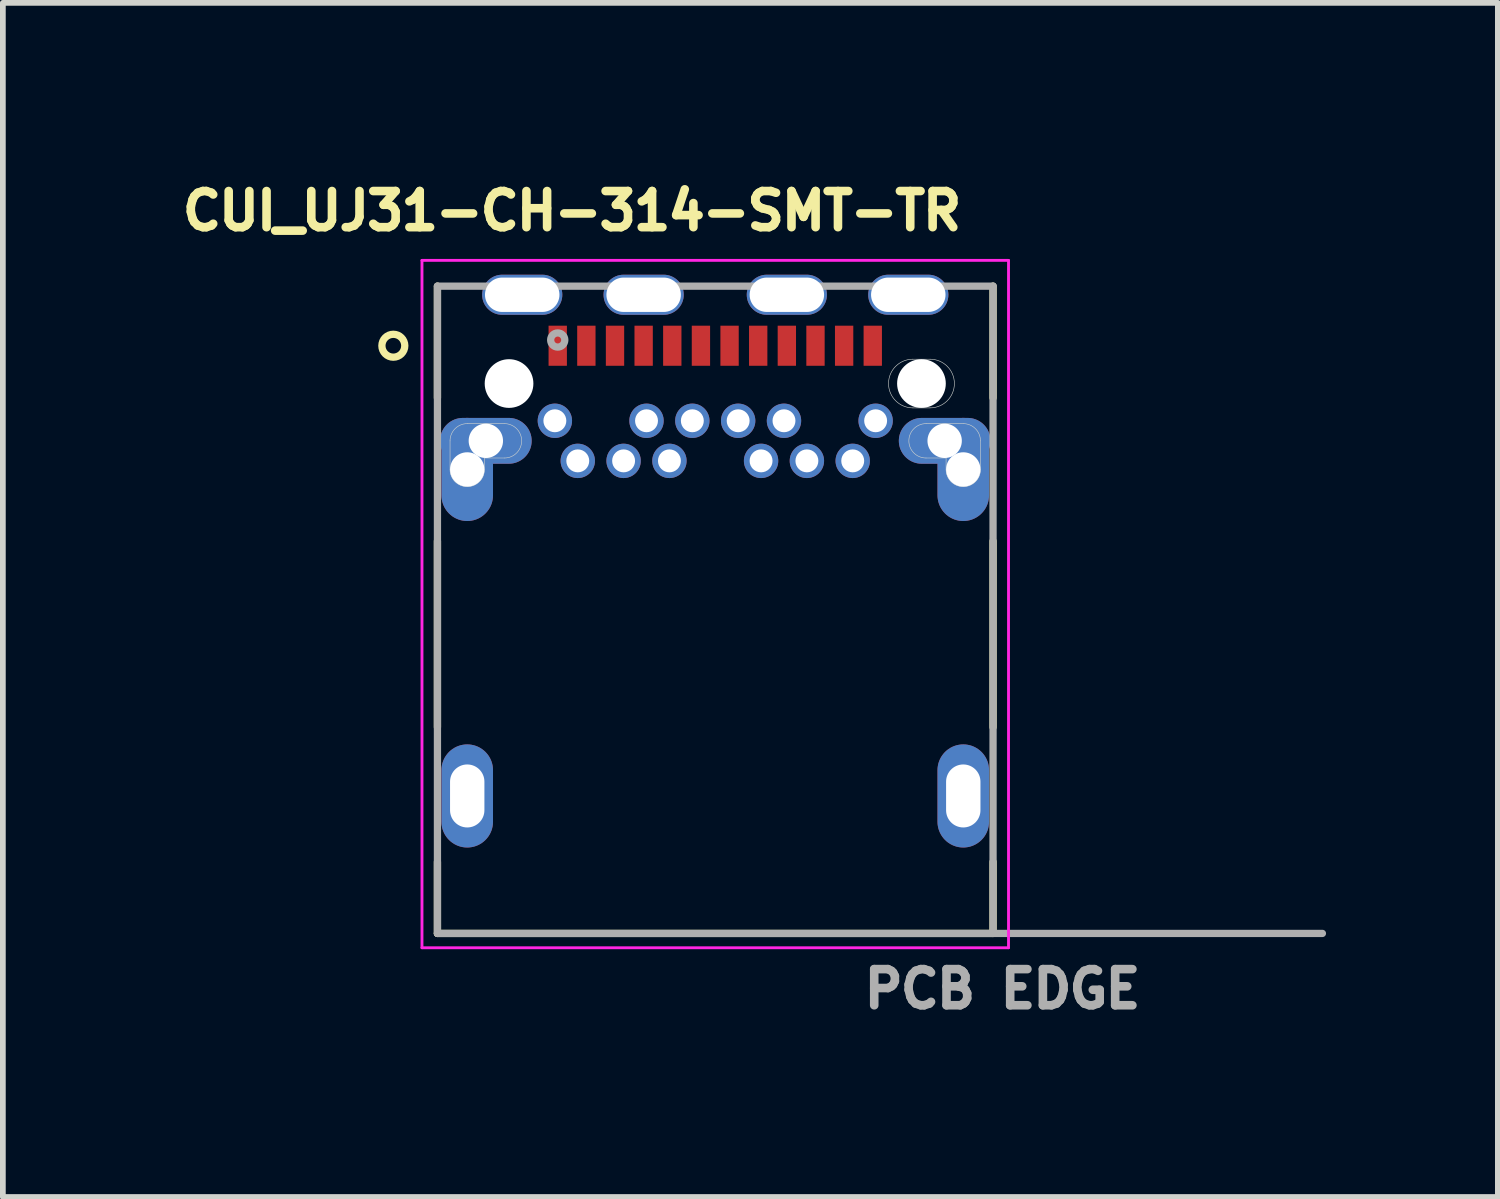
<source format=kicad_pcb>
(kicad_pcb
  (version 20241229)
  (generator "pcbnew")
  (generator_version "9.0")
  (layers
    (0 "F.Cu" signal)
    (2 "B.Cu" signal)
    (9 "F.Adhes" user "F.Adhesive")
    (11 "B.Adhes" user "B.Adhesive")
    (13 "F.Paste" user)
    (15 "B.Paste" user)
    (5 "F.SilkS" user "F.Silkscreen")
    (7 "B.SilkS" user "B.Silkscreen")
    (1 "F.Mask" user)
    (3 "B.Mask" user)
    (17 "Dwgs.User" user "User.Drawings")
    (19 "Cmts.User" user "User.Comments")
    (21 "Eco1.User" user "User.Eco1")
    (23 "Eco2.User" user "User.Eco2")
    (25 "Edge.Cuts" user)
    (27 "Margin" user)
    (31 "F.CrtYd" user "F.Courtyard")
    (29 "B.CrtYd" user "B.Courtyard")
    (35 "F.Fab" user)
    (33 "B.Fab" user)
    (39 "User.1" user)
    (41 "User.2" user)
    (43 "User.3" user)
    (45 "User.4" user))
  (footprint "CUI_UJ31-CH-314-SMT-TR"
    (layer "F.Cu")
    (at 6.687 2.986)
    (property "Reference" "CUI_UJ31-CH-314-SMT-TR" (at 0.25 -2.354 0) (layer "F.SilkS") (effects (font (size 0.631 0.631) (thickness 0.15))))
    (attr through_hole)
    (fp_poly (pts (xy 6.2 0.135) (xy 6.5 0.135) (xy 6.555 0.138) (xy 6.609 0.146) (xy 6.662 0.161) (xy 6.714 0.18) (xy 6.763 0.205) (xy 6.809 0.235) (xy 6.851 0.27) (xy 6.89 0.309) (xy 6.925 0.351) (xy 6.955 0.398) (xy 6.98 0.446) (xy 6.999 0.498) (xy 7.014 0.551) (xy 7.022 0.605) (xy 7.025 0.66) (xy 7.022 0.715) (xy 7.014 0.769) (xy 6.999 0.822) (xy 6.98 0.874) (xy 6.955 0.922) (xy 6.925 0.969) (xy 6.89 1.011) (xy 6.851 1.05) (xy 6.809 1.085) (xy 6.763 1.115) (xy 6.714 1.14) (xy 6.662 1.159) (xy 6.609 1.174) (xy 6.555 1.182) (xy 6.5 1.185) (xy 6.2 1.185) (xy 6.145 1.182) (xy 6.091 1.174) (xy 6.038 1.159) (xy 5.986 1.14) (xy 5.938 1.115) (xy 5.891 1.085) (xy 5.849 1.05) (xy 5.81 1.011) (xy 5.775 0.969) (xy 5.745 0.923) (xy 5.72 0.874) (xy 5.701 0.822) (xy 5.686 0.769) (xy 5.678 0.715) (xy 5.675 0.66) (xy 5.678 0.605) (xy 5.686 0.551) (xy 5.701 0.498) (xy 5.72 0.446) (xy 5.745 0.398) (xy 5.775 0.351) (xy 5.81 0.309) (xy 5.849 0.27) (xy 5.891 0.235) (xy 5.938 0.205) (xy 5.986 0.18) (xy 6.038 0.161) (xy 6.091 0.146) (xy 6.145 0.138) (xy 6.2 0.135)) (stroke (width 0.05) (type solid)) (fill yes) (layer "F.Mask"))
    (fp_poly (pts (xy 6.2 0.135) (xy 6.5 0.135) (xy 6.555 0.138) (xy 6.609 0.146) (xy 6.662 0.161) (xy 6.714 0.18) (xy 6.763 0.205) (xy 6.809 0.235) (xy 6.851 0.27) (xy 6.89 0.309) (xy 6.925 0.351) (xy 6.955 0.398) (xy 6.98 0.446) (xy 6.999 0.498) (xy 7.014 0.551) (xy 7.022 0.605) (xy 7.025 0.66) (xy 7.022 0.715) (xy 7.014 0.769) (xy 6.999 0.822) (xy 6.98 0.874) (xy 6.955 0.922) (xy 6.925 0.969) (xy 6.89 1.011) (xy 6.851 1.05) (xy 6.809 1.085) (xy 6.763 1.115) (xy 6.714 1.14) (xy 6.662 1.159) (xy 6.609 1.174) (xy 6.555 1.182) (xy 6.5 1.185) (xy 6.2 1.185) (xy 6.145 1.182) (xy 6.091 1.174) (xy 6.038 1.159) (xy 5.986 1.14) (xy 5.938 1.115) (xy 5.891 1.085) (xy 5.849 1.05) (xy 5.81 1.011) (xy 5.775 0.969) (xy 5.745 0.923) (xy 5.72 0.874) (xy 5.701 0.822) (xy 5.686 0.769) (xy 5.678 0.715) (xy 5.675 0.66) (xy 5.678 0.605) (xy 5.686 0.551) (xy 5.701 0.498) (xy 5.72 0.446) (xy 5.745 0.398) (xy 5.775 0.351) (xy 5.81 0.309) (xy 5.849 0.27) (xy 5.891 0.235) (xy 5.938 0.205) (xy 5.986 0.18) (xy 6.038 0.161) (xy 6.091 0.146) (xy 6.145 0.138) (xy 6.2 0.135)) (stroke (width 0.05) (type solid)) (fill yes) (layer "B.Mask"))
    (fp_line (start -2.1 -1.04) (end -2.1 0.91) (stroke (width 0.127) (type solid)) (layer "F.SilkS"))
    (fp_line (start -2.1 3.41) (end -2.1 6.66) (stroke (width 0.127) (type solid)) (layer "F.SilkS"))
    (fp_line (start -2.1 9.01) (end -2.1 10.26) (stroke (width 0.127) (type solid)) (layer "F.SilkS"))
    (fp_line (start -2.1 10.26) (end 7.6 10.26) (stroke (width 0.127) (type solid)) (layer "F.SilkS"))
    (fp_line (start 7.6 -1.04) (end 7.6 0.91) (stroke (width 0.127) (type solid)) (layer "F.SilkS"))
    (fp_line (start 7.6 6.66) (end 7.6 3.41) (stroke (width 0.127) (type solid)) (layer "F.SilkS"))
    (fp_line (start 7.6 10.26) (end 7.6 9.01) (stroke (width 0.127) (type solid)) (layer "F.SilkS"))
    (fp_circle (center -2.87 0) (end -2.67 0) (stroke (width 0.127) (type solid)) (fill no) (layer "F.SilkS"))
    (fp_line (start -1.88 2.16) (end -1.88 1.66) (stroke (width 0.01) (type solid)) (layer "Edge.Cuts"))
    (fp_line (start -1.58 1.36) (end -0.93 1.36) (stroke (width 0.01) (type solid)) (layer "Edge.Cuts"))
    (fp_line (start -1.28 1.96) (end -1.28 2.16) (stroke (width 0.01) (type solid)) (layer "Edge.Cuts"))
    (fp_line (start -0.93 1.96) (end -1.28 1.96) (stroke (width 0.01) (type solid)) (layer "Edge.Cuts"))
    (fp_line (start 6.2 0.235) (end 6.5 0.235) (stroke (width 0.01) (type solid)) (layer "Edge.Cuts"))
    (fp_line (start 6.2 1.085) (end 6.5 1.085) (stroke (width 0.01) (type solid)) (layer "Edge.Cuts"))
    (fp_line (start 6.43 1.36) (end 7.08 1.36) (stroke (width 0.01) (type solid)) (layer "Edge.Cuts"))
    (fp_line (start 6.78 1.96) (end 6.43 1.96) (stroke (width 0.01) (type solid)) (layer "Edge.Cuts"))
    (fp_line (start 6.78 1.96) (end 6.78 2.16) (stroke (width 0.01) (type solid)) (layer "Edge.Cuts"))
    (fp_line (start 7.38 2.16) (end 7.38 1.66) (stroke (width 0.01) (type solid)) (layer "Edge.Cuts"))
    (fp_arc (start -1.88 1.66) (mid -1.792132 1.447868) (end -1.58 1.36) (stroke (width 0.01) (type solid)) (layer "Edge.Cuts"))
    (fp_arc (start -1.28 2.16) (mid -1.58 2.46) (end -1.88 2.16) (stroke (width 0.01) (type solid)) (layer "Edge.Cuts"))
    (fp_arc (start -0.93 1.36) (mid -0.63 1.66) (end -0.93 1.96) (stroke (width 0.01) (type solid)) (layer "Edge.Cuts"))
    (fp_arc (start 6.2 1.085) (mid 5.775 0.66) (end 6.2 0.235) (stroke (width 0.01) (type solid)) (layer "Edge.Cuts"))
    (fp_arc (start 6.43 1.96) (mid 6.13 1.66) (end 6.43 1.36) (stroke (width 0.01) (type solid)) (layer "Edge.Cuts"))
    (fp_arc (start 6.5 0.235) (mid 6.925 0.66) (end 6.5 1.085) (stroke (width 0.01) (type solid)) (layer "Edge.Cuts"))
    (fp_arc (start 7.08 1.36) (mid 7.292132 1.447868) (end 7.38 1.66) (stroke (width 0.01) (type solid)) (layer "Edge.Cuts"))
    (fp_arc (start 7.38 2.16) (mid 7.08 2.46) (end 6.78 2.16) (stroke (width 0.01) (type solid)) (layer "Edge.Cuts"))
    (fp_line (start -2.37 -1.49) (end 7.87 -1.49) (stroke (width 0.05) (type solid)) (layer "F.CrtYd"))
    (fp_line (start -2.37 10.51) (end -2.37 -1.49) (stroke (width 0.05) (type solid)) (layer "F.CrtYd"))
    (fp_line (start 7.87 -1.49) (end 7.87 10.51) (stroke (width 0.05) (type solid)) (layer "F.CrtYd"))
    (fp_line (start 7.87 10.51) (end -2.37 10.51) (stroke (width 0.05) (type solid)) (layer "F.CrtYd"))
    (fp_line (start -2.1 -1.04) (end 7.6 -1.04) (stroke (width 0.127) (type solid)) (layer "F.Fab"))
    (fp_line (start -2.1 10.26) (end -2.1 -1.04) (stroke (width 0.127) (type solid)) (layer "F.Fab"))
    (fp_line (start 7.6 -1.04) (end 7.6 10.26) (stroke (width 0.127) (type solid)) (layer "F.Fab"))
    (fp_line (start 7.6 10.26) (end -2.1 10.26) (stroke (width 0.127) (type solid)) (layer "F.Fab"))
    (fp_line (start 7.6 10.26) (end 13.35 10.26) (stroke (width 0.127) (type solid)) (layer "F.Fab"))
    (fp_circle (center 0 -0.1) (end 0.06 -0.1) (stroke (width 0.127) (type solid)) (fill no) (layer "F.Fab"))
    (fp_text user "PCB EDGE" (at 7.764 11.23 0) (layer "F.Fab") (effects (font (size 0.631 0.631) (thickness 0.15))))
    (pad "" np_thru_hole circle (at -0.85 0.66) (size 0.85 0.85) (drill 0.85) (layers "*.Cu" "*.Mask"))
    (pad "" np_thru_hole circle (at 6.35 0.66) (size 0.85 0.85) (drill 0.85) (layers "*.Cu" "*.Mask"))
    (pad "A1" smd rect (at 0 0) (size 0.32 0.7) (layers "F.Cu" "F.Mask" "F.Paste"))
    (pad "A2" smd rect (at 0.5 0) (size 0.32 0.7) (layers "F.Cu" "F.Mask" "F.Paste"))
    (pad "A3" smd rect (at 1 0) (size 0.32 0.7) (layers "F.Cu" "F.Mask" "F.Paste"))
    (pad "A4" smd rect (at 1.5 0) (size 0.32 0.7) (layers "F.Cu" "F.Mask" "F.Paste"))
    (pad "A5" smd rect (at 2 0) (size 0.32 0.7) (layers "F.Cu" "F.Mask" "F.Paste"))
    (pad "A6" smd rect (at 2.5 0) (size 0.32 0.7) (layers "F.Cu" "F.Mask" "F.Paste"))
    (pad "A7" smd rect (at 3 0) (size 0.32 0.7) (layers "F.Cu" "F.Mask" "F.Paste"))
    (pad "A8" smd rect (at 3.5 0) (size 0.32 0.7) (layers "F.Cu" "F.Mask" "F.Paste"))
    (pad "A9" smd rect (at 4 0) (size 0.32 0.7) (layers "F.Cu" "F.Mask" "F.Paste"))
    (pad "A10" smd rect (at 4.5 0) (size 0.32 0.7) (layers "F.Cu" "F.Mask" "F.Paste"))
    (pad "A11" smd rect (at 5 0) (size 0.32 0.7) (layers "F.Cu" "F.Mask" "F.Paste"))
    (pad "A12" smd rect (at 5.5 0) (size 0.32 0.7) (layers "F.Cu" "F.Mask" "F.Paste"))
    (pad "B1" thru_hole circle (at 5.55 1.31) (size 0.6 0.6) (drill 0.4) (layers "*.Cu" "*.Mask"))
    (pad "B2" thru_hole circle (at 5.15 2.01) (size 0.6 0.6) (drill 0.4) (layers "*.Cu" "*.Mask"))
    (pad "B3" thru_hole circle (at 4.35 2.01) (size 0.6 0.6) (drill 0.4) (layers "*.Cu" "*.Mask"))
    (pad "B4" thru_hole circle (at 3.95 1.31) (size 0.6 0.6) (drill 0.4) (layers "*.Cu" "*.Mask"))
    (pad "B5" thru_hole circle (at 3.55 2.01) (size 0.6 0.6) (drill 0.4) (layers "*.Cu" "*.Mask"))
    (pad "B6" thru_hole circle (at 3.15 1.31) (size 0.6 0.6) (drill 0.4) (layers "*.Cu" "*.Mask"))
    (pad "B7" thru_hole circle (at 2.35 1.31) (size 0.6 0.6) (drill 0.4) (layers "*.Cu" "*.Mask"))
    (pad "B8" thru_hole circle (at 1.95 2.01) (size 0.6 0.6) (drill 0.4) (layers "*.Cu" "*.Mask"))
    (pad "B9" thru_hole circle (at 1.55 1.31) (size 0.6 0.6) (drill 0.4) (layers "*.Cu" "*.Mask"))
    (pad "B10" thru_hole circle (at 1.15 2.01) (size 0.6 0.6) (drill 0.4) (layers "*.Cu" "*.Mask"))
    (pad "B11" thru_hole circle (at 0.35 2.01) (size 0.6 0.6) (drill 0.4) (layers "*.Cu" "*.Mask"))
    (pad "B12" thru_hole circle (at -0.05 1.31) (size 0.6 0.6) (drill 0.4) (layers "*.Cu" "*.Mask"))
    (pad "SH1" thru_hole oval (at -0.62 -0.89) (size 1.4 0.7) (drill oval 1.3 0.6) (layers "*.Cu" "*.Mask"))
    (pad "SH2" thru_hole oval (at 1.5 -0.89) (size 1.4 0.7) (drill oval 1.3 0.6) (layers "*.Cu" "*.Mask"))
    (pad "SH3" thru_hole oval (at 4 -0.89) (size 1.4 0.7) (drill oval 1.3 0.6) (layers "*.Cu" "*.Mask"))
    (pad "SH4" thru_hole oval (at 6.12 -0.89) (size 1.4 0.7) (drill oval 1.3 0.6) (layers "*.Cu" "*.Mask"))
    (pad "SH5" thru_hole oval (at -1.255 1.66) (size 1.6 0.8) (drill 0.6) (layers "*.Cu" "*.Mask"))
    (pad "SH6" thru_hole oval (at 6.755 1.66) (size 1.6 0.8) (drill 0.6) (layers "*.Cu" "*.Mask"))
    (pad "SH7" thru_hole oval (at -1.58 2.16) (size 0.9 1.8) (drill 0.6) (layers "*.Cu" "*.Mask"))
    (pad "SH8" thru_hole oval (at 7.08 2.16) (size 0.9 1.8) (drill 0.6) (layers "*.Cu" "*.Mask"))
    (pad "SH9" thru_hole oval (at -1.58 7.86) (size 0.9 1.8) (drill oval 0.6 1.1) (layers "*.Cu" "*.Mask"))
    (pad "SH10" thru_hole oval (at 7.08 7.86) (size 0.9 1.8) (drill oval 0.6 1.1) (layers "*.Cu" "*.Mask")))
  (gr_rect
    (start -3 -3)
    (end 23.1 17.848)
    (stroke (width 0.1) (type default))
    (fill no)
    (layer "Edge.Cuts")))
</source>
